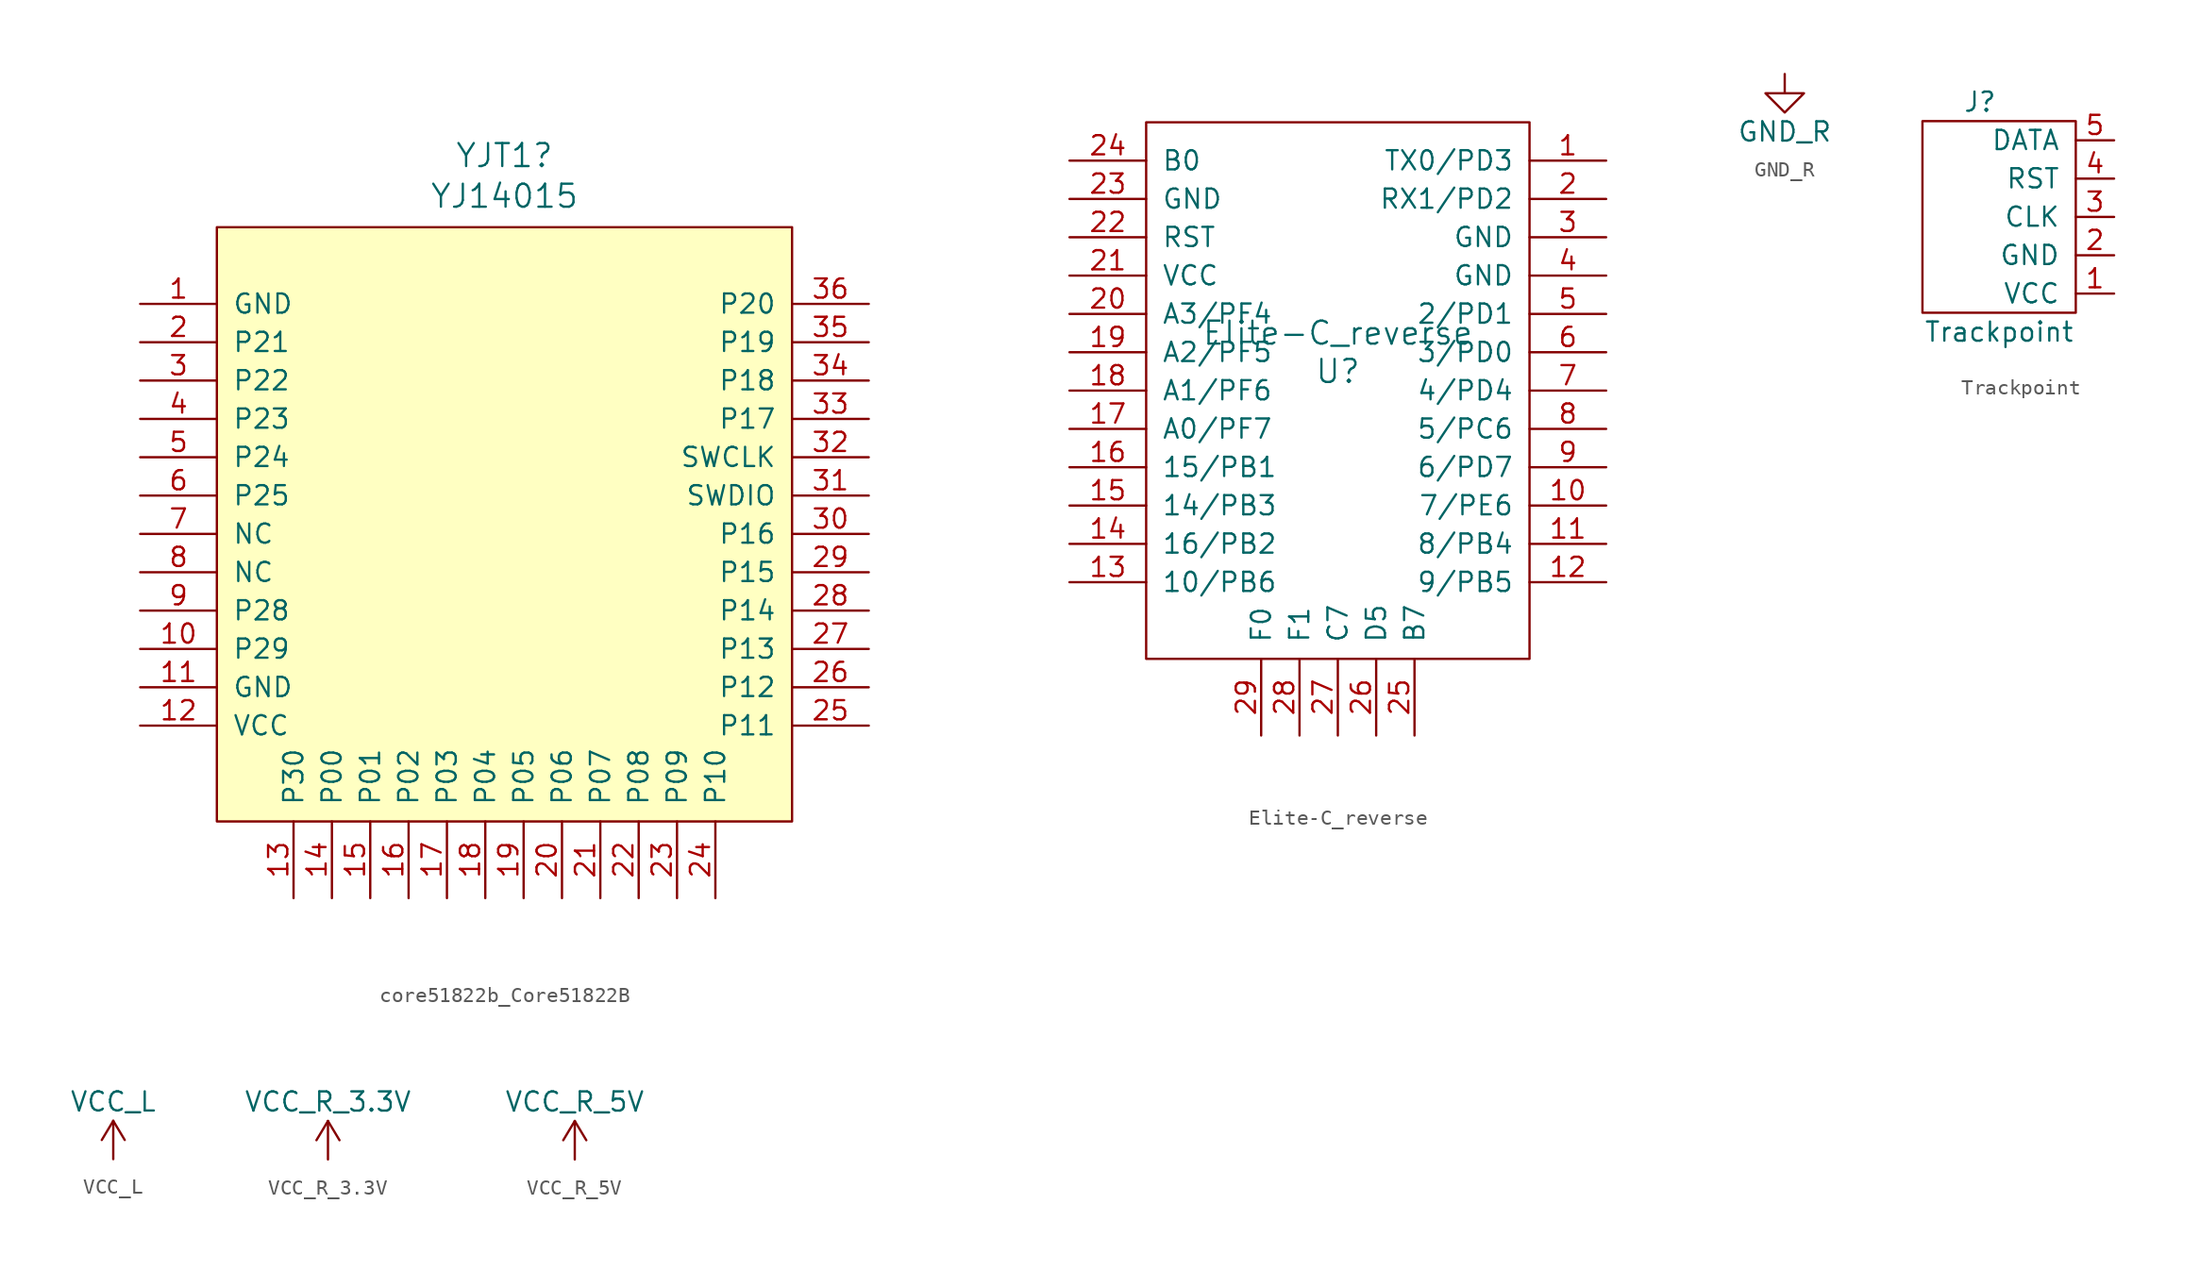
<source format=kicad_sym>
(kicad_symbol_lib
  (version 20220914)
  (generator kicad_symbol_editor)
  (symbol "core51822b_Core51822B"
    (pin_names
      (offset 1.016))
    (property "Reference" "YJT1"
      (at 0 22.53 0)
      (effects (font (size 1.524 1.524))))
    (property "Value" "YJ14015"
      (at 0 19.837 0)
      (effects (font (size 1.524 1.524))))
    (symbol "core51822b_Core51822B_0_1"
      (rectangle (start 19.05 -21.59) (end -19.05 17.78) (stroke (width 0) (type solid)) (fill (type background))))
    (symbol "core51822b_Core51822B_1_1"
      (pin power_in line (at -24.13 12.7 0) (length 5.08) (name "GND" (effects (font (size 1.27 1.27)))) (number "1" (effects (font (size 1.27 1.27)))))
      (pin bidirectional line (at -24.13 -10.16 0) (length 5.08) (name "P29" (effects (font (size 1.27 1.27)))) (number "10" (effects (font (size 1.27 1.27)))))
      (pin power_in line (at -24.13 -12.7 0) (length 5.08) (name "GND" (effects (font (size 1.27 1.27)))) (number "11" (effects (font (size 1.27 1.27)))))
      (pin power_in line (at -24.13 -15.24 0) (length 5.08) (name "VCC" (effects (font (size 1.27 1.27)))) (number "12" (effects (font (size 1.27 1.27)))))
      (pin bidirectional line (at -13.97 -26.67 90) (length 5.08) (name "P30" (effects (font (size 1.27 1.27)))) (number "13" (effects (font (size 1.27 1.27)))))
      (pin bidirectional line (at -11.43 -26.67 90) (length 5.08) (name "P00" (effects (font (size 1.27 1.27)))) (number "14" (effects (font (size 1.27 1.27)))))
      (pin bidirectional line (at -8.89 -26.67 90) (length 5.08) (name "P01" (effects (font (size 1.27 1.27)))) (number "15" (effects (font (size 1.27 1.27)))))
      (pin bidirectional line (at -6.35 -26.67 90) (length 5.08) (name "P02" (effects (font (size 1.27 1.27)))) (number "16" (effects (font (size 1.27 1.27)))))
      (pin bidirectional line (at -3.81 -26.67 90) (length 5.08) (name "P03" (effects (font (size 1.27 1.27)))) (number "17" (effects (font (size 1.27 1.27)))))
      (pin bidirectional line (at -1.27 -26.67 90) (length 5.08) (name "P04" (effects (font (size 1.27 1.27)))) (number "18" (effects (font (size 1.27 1.27)))))
      (pin bidirectional line (at 1.27 -26.67 90) (length 5.08) (name "P05" (effects (font (size 1.27 1.27)))) (number "19" (effects (font (size 1.27 1.27)))))
      (pin bidirectional line (at -24.13 10.16 0) (length 5.08) (name "P21" (effects (font (size 1.27 1.27)))) (number "2" (effects (font (size 1.27 1.27)))))
      (pin bidirectional line (at 3.81 -26.67 90) (length 5.08) (name "P06" (effects (font (size 1.27 1.27)))) (number "20" (effects (font (size 1.27 1.27)))))
      (pin bidirectional line (at 6.35 -26.67 90) (length 5.08) (name "P07" (effects (font (size 1.27 1.27)))) (number "21" (effects (font (size 1.27 1.27)))))
      (pin bidirectional line (at 8.89 -26.67 90) (length 5.08) (name "P08" (effects (font (size 1.27 1.27)))) (number "22" (effects (font (size 1.27 1.27)))))
      (pin bidirectional line (at 11.43 -26.67 90) (length 5.08) (name "P09" (effects (font (size 1.27 1.27)))) (number "23" (effects (font (size 1.27 1.27)))))
      (pin bidirectional line (at 13.97 -26.67 90) (length 5.08) (name "P10" (effects (font (size 1.27 1.27)))) (number "24" (effects (font (size 1.27 1.27)))))
      (pin bidirectional line (at 24.13 -15.24 180) (length 5.08) (name "P11" (effects (font (size 1.27 1.27)))) (number "25" (effects (font (size 1.27 1.27)))))
      (pin bidirectional line (at 24.13 -12.7 180) (length 5.08) (name "P12" (effects (font (size 1.27 1.27)))) (number "26" (effects (font (size 1.27 1.27)))))
      (pin bidirectional line (at 24.13 -10.16 180) (length 5.08) (name "P13" (effects (font (size 1.27 1.27)))) (number "27" (effects (font (size 1.27 1.27)))))
      (pin bidirectional line (at 24.13 -7.62 180) (length 5.08) (name "P14" (effects (font (size 1.27 1.27)))) (number "28" (effects (font (size 1.27 1.27)))))
      (pin bidirectional line (at 24.13 -5.08 180) (length 5.08) (name "P15" (effects (font (size 1.27 1.27)))) (number "29" (effects (font (size 1.27 1.27)))))
      (pin bidirectional line (at -24.13 7.62 0) (length 5.08) (name "P22" (effects (font (size 1.27 1.27)))) (number "3" (effects (font (size 1.27 1.27)))))
      (pin bidirectional line (at 24.13 -2.54 180) (length 5.08) (name "P16" (effects (font (size 1.27 1.27)))) (number "30" (effects (font (size 1.27 1.27)))))
      (pin bidirectional line (at 24.13 0 180) (length 5.08) (name "SWDIO" (effects (font (size 1.27 1.27)))) (number "31" (effects (font (size 1.27 1.27)))))
      (pin bidirectional line (at 24.13 2.54 180) (length 5.08) (name "SWCLK" (effects (font (size 1.27 1.27)))) (number "32" (effects (font (size 1.27 1.27)))))
      (pin bidirectional line (at 24.13 5.08 180) (length 5.08) (name "P17" (effects (font (size 1.27 1.27)))) (number "33" (effects (font (size 1.27 1.27)))))
      (pin bidirectional line (at 24.13 7.62 180) (length 5.08) (name "P18" (effects (font (size 1.27 1.27)))) (number "34" (effects (font (size 1.27 1.27)))))
      (pin bidirectional line (at 24.13 10.16 180) (length 5.08) (name "P19" (effects (font (size 1.27 1.27)))) (number "35" (effects (font (size 1.27 1.27)))))
      (pin bidirectional line (at 24.13 12.7 180) (length 5.08) (name "P20" (effects (font (size 1.27 1.27)))) (number "36" (effects (font (size 1.27 1.27)))))
      (pin bidirectional line (at -24.13 5.08 0) (length 5.08) (name "P23" (effects (font (size 1.27 1.27)))) (number "4" (effects (font (size 1.27 1.27)))))
      (pin bidirectional line (at -24.13 2.54 0) (length 5.08) (name "P24" (effects (font (size 1.27 1.27)))) (number "5" (effects (font (size 1.27 1.27)))))
      (pin bidirectional line (at -24.13 0 0) (length 5.08) (name "P25" (effects (font (size 1.27 1.27)))) (number "6" (effects (font (size 1.27 1.27)))))
      (pin bidirectional line (at -24.13 -2.54 0) (length 5.08) (name "NC" (effects (font (size 1.27 1.27)))) (number "7" (effects (font (size 1.27 1.27)))))
      (pin bidirectional line (at -24.13 -5.08 0) (length 5.08) (name "NC" (effects (font (size 1.27 1.27)))) (number "8" (effects (font (size 1.27 1.27)))))
      (pin bidirectional line (at -24.13 -7.62 0) (length 5.08) (name "P28" (effects (font (size 1.27 1.27)))) (number "9" (effects (font (size 1.27 1.27)))))))
  (symbol "Elite-C_reverse"
    (pin_names
      (offset 1.016))
    (property "Reference" "U"
      (at 0 0 0)
      (effects (font (size 1.524 1.524))))
    (property "Value" "Elite-C_reverse"
      (at 0 2.54 0)
      (effects (font (size 1.524 1.524))))
    (symbol "Elite-C_reverse_0_1"
      (rectangle (start -12.7 -19.05) (end 12.7 16.51) (stroke (width 0) (type solid)) (fill (type none))))
    (symbol "Elite-C_reverse_1_1"
      (pin input line (at 17.78 13.97 180) (length 5.08) (name "TX0/PD3" (effects (font (size 1.27 1.27)))) (number "1" (effects (font (size 1.27 1.27)))))
      (pin input line (at 17.78 -8.89 180) (length 5.08) (name "7/PE6" (effects (font (size 1.27 1.27)))) (number "10" (effects (font (size 1.27 1.27)))))
      (pin input line (at 17.78 -11.43 180) (length 5.08) (name "8/PB4" (effects (font (size 1.27 1.27)))) (number "11" (effects (font (size 1.27 1.27)))))
      (pin input line (at 17.78 -13.97 180) (length 5.08) (name "9/PB5" (effects (font (size 1.27 1.27)))) (number "12" (effects (font (size 1.27 1.27)))))
      (pin input line (at -17.78 -13.97 0) (length 5.08) (name "10/PB6" (effects (font (size 1.27 1.27)))) (number "13" (effects (font (size 1.27 1.27)))))
      (pin input line (at -17.78 -11.43 0) (length 5.08) (name "16/PB2" (effects (font (size 1.27 1.27)))) (number "14" (effects (font (size 1.27 1.27)))))
      (pin input line (at -17.78 -8.89 0) (length 5.08) (name "14/PB3" (effects (font (size 1.27 1.27)))) (number "15" (effects (font (size 1.27 1.27)))))
      (pin input line (at -17.78 -6.35 0) (length 5.08) (name "15/PB1" (effects (font (size 1.27 1.27)))) (number "16" (effects (font (size 1.27 1.27)))))
      (pin input line (at -17.78 -3.81 0) (length 5.08) (name "A0/PF7" (effects (font (size 1.27 1.27)))) (number "17" (effects (font (size 1.27 1.27)))))
      (pin input line (at -17.78 -1.27 0) (length 5.08) (name "A1/PF6" (effects (font (size 1.27 1.27)))) (number "18" (effects (font (size 1.27 1.27)))))
      (pin input line (at -17.78 1.27 0) (length 5.08) (name "A2/PF5" (effects (font (size 1.27 1.27)))) (number "19" (effects (font (size 1.27 1.27)))))
      (pin input line (at 17.78 11.43 180) (length 5.08) (name "RX1/PD2" (effects (font (size 1.27 1.27)))) (number "2" (effects (font (size 1.27 1.27)))))
      (pin input line (at -17.78 3.81 0) (length 5.08) (name "A3/PF4" (effects (font (size 1.27 1.27)))) (number "20" (effects (font (size 1.27 1.27)))))
      (pin input line (at -17.78 6.35 0) (length 5.08) (name "VCC" (effects (font (size 1.27 1.27)))) (number "21" (effects (font (size 1.27 1.27)))))
      (pin input line (at -17.78 8.89 0) (length 5.08) (name "RST" (effects (font (size 1.27 1.27)))) (number "22" (effects (font (size 1.27 1.27)))))
      (pin input line (at -17.78 11.43 0) (length 5.08) (name "GND" (effects (font (size 1.27 1.27)))) (number "23" (effects (font (size 1.27 1.27)))))
      (pin input line (at -17.78 13.97 0) (length 5.08) (name "B0" (effects (font (size 1.27 1.27)))) (number "24" (effects (font (size 1.27 1.27)))))
      (pin input line (at 5.08 -24.13 90) (length 5.08) (name "B7" (effects (font (size 1.27 1.27)))) (number "25" (effects (font (size 1.27 1.27)))))
      (pin input line (at 2.54 -24.13 90) (length 5.08) (name "D5" (effects (font (size 1.27 1.27)))) (number "26" (effects (font (size 1.27 1.27)))))
      (pin input line (at 0 -24.13 90) (length 5.08) (name "C7" (effects (font (size 1.27 1.27)))) (number "27" (effects (font (size 1.27 1.27)))))
      (pin input line (at -2.54 -24.13 90) (length 5.08) (name "F1" (effects (font (size 1.27 1.27)))) (number "28" (effects (font (size 1.27 1.27)))))
      (pin input line (at -5.08 -24.13 90) (length 5.08) (name "F0" (effects (font (size 1.27 1.27)))) (number "29" (effects (font (size 1.27 1.27)))))
      (pin input line (at 17.78 8.89 180) (length 5.08) (name "GND" (effects (font (size 1.27 1.27)))) (number "3" (effects (font (size 1.27 1.27)))))
      (pin input line (at 17.78 6.35 180) (length 5.08) (name "GND" (effects (font (size 1.27 1.27)))) (number "4" (effects (font (size 1.27 1.27)))))
      (pin input line (at 17.78 3.81 180) (length 5.08) (name "2/PD1" (effects (font (size 1.27 1.27)))) (number "5" (effects (font (size 1.27 1.27)))))
      (pin input line (at 17.78 1.27 180) (length 5.08) (name "3/PD0" (effects (font (size 1.27 1.27)))) (number "6" (effects (font (size 1.27 1.27)))))
      (pin input line (at 17.78 -1.27 180) (length 5.08) (name "4/PD4" (effects (font (size 1.27 1.27)))) (number "7" (effects (font (size 1.27 1.27)))))
      (pin input line (at 17.78 -3.81 180) (length 5.08) (name "5/PC6" (effects (font (size 1.27 1.27)))) (number "8" (effects (font (size 1.27 1.27)))))
      (pin input line (at 17.78 -6.35 180) (length 5.08) (name "6/PD7" (effects (font (size 1.27 1.27)))) (number "9" (effects (font (size 1.27 1.27)))))))
  (symbol "GND_R"
    (power)
    (pin_names
      (offset 0))
    (property "Reference" "#PWR"
      (at 0 -6.35 0)
      (effects (font (size 1.27 1.27)) hide))
    (property "Value" "GND_R"
      (at 0 -3.81 0)
      (effects (font (size 1.27 1.27))))
    (symbol "GND_R_0_1"
      (polyline (pts (xy 0 0) (xy 0 -1.27) (xy 1.27 -1.27) (xy 0 -2.54) (xy -1.27 -1.27) (xy 0 -1.27)) (stroke (width 0) (type solid)) (fill (type none))))
    (symbol "GND_R_1_1"
      (pin power_in line (at 0 0 270) (length 0) hide (name "GND_R" (effects (font (size 1.27 1.27)))) (number "1" (effects (font (size 1.27 1.27)))))))
  (symbol "Trackpoint"
    (pin_names
      (offset 1.016))
    (property "Reference" "J"
      (at 0 7.62 0)
      (effects (font (size 1.27 1.27))))
    (property "Value" "Trackpoint"
      (at 1.27 -7.62 0)
      (effects (font (size 1.27 1.27))))
    (symbol "Trackpoint_0_1"
      (rectangle (start -3.81 6.35) (end 6.35 -6.35) (stroke (width 0) (type solid)) (fill (type none))))
    (symbol "Trackpoint_1_1"
      (pin passive line (at 8.89 -5.08 180) (length 2.54) (name "VCC" (effects (font (size 1.27 1.27)))) (number "1" (effects (font (size 1.27 1.27)))))
      (pin passive line (at 8.89 -2.54 180) (length 2.54) (name "GND" (effects (font (size 1.27 1.27)))) (number "2" (effects (font (size 1.27 1.27)))))
      (pin passive line (at 8.89 0 180) (length 2.54) (name "CLK" (effects (font (size 1.27 1.27)))) (number "3" (effects (font (size 1.27 1.27)))))
      (pin passive line (at 8.89 2.54 180) (length 2.54) (name "RST" (effects (font (size 1.27 1.27)))) (number "4" (effects (font (size 1.27 1.27)))))
      (pin passive line (at 8.89 5.08 180) (length 2.54) (name "DATA" (effects (font (size 1.27 1.27)))) (number "5" (effects (font (size 1.27 1.27)))))))
  (symbol "VCC_L"
    (power)
    (pin_names
      (offset 0))
    (property "Reference" "#PWR"
      (at 0 -3.81 0)
      (effects (font (size 1.27 1.27)) hide))
    (property "Value" "VCC_L"
      (at 0 3.81 0)
      (effects (font (size 1.27 1.27))))
    (symbol "VCC_L_0_1"
      (polyline (pts (xy -0.762 1.27) (xy 0 2.54)) (stroke (width 0) (type solid)) (fill (type none)))
      (polyline (pts (xy 0 0) (xy 0 2.54)) (stroke (width 0) (type solid)) (fill (type none)))
      (polyline (pts (xy 0 2.54) (xy 0.762 1.27)) (stroke (width 0) (type solid)) (fill (type none))))
    (symbol "VCC_L_1_1"
      (pin power_in line (at 0 0 90) (length 0) hide (name "VCC_L" (effects (font (size 1.27 1.27)))) (number "1" (effects (font (size 1.27 1.27)))))))
  (symbol "VCC_R_3.3V"
    (power)
    (pin_names
      (offset 0))
    (property "Reference" "#PWR"
      (at 0 -3.81 0)
      (effects (font (size 1.27 1.27)) hide))
    (property "Value" "VCC_R_3.3V"
      (at 0 3.81 0)
      (effects (font (size 1.27 1.27))))
    (symbol "VCC_R_3.3V_0_1"
      (polyline (pts (xy -0.762 1.27) (xy 0 2.54)) (stroke (width 0) (type solid)) (fill (type none)))
      (polyline (pts (xy 0 0) (xy 0 2.54)) (stroke (width 0) (type solid)) (fill (type none)))
      (polyline (pts (xy 0 2.54) (xy 0.762 1.27)) (stroke (width 0) (type solid)) (fill (type none))))
    (symbol "VCC_R_3.3V_1_1"
      (pin power_in line (at 0 0 90) (length 0) hide (name "VCC_R_3.3V" (effects (font (size 1.27 1.27)))) (number "1" (effects (font (size 1.27 1.27)))))))
  (symbol "VCC_R_5V"
    (power)
    (pin_names
      (offset 0))
    (property "Reference" "#PWR"
      (at 0 -3.81 0)
      (effects (font (size 1.27 1.27)) hide))
    (property "Value" "VCC_R_5V"
      (at 0 3.81 0)
      (effects (font (size 1.27 1.27))))
    (symbol "VCC_R_5V_0_1"
      (polyline (pts (xy -0.762 1.27) (xy 0 2.54)) (stroke (width 0) (type solid)) (fill (type none)))
      (polyline (pts (xy 0 0) (xy 0 2.54)) (stroke (width 0) (type solid)) (fill (type none)))
      (polyline (pts (xy 0 2.54) (xy 0.762 1.27)) (stroke (width 0) (type solid)) (fill (type none))))
    (symbol "VCC_R_5V_1_1"
      (pin power_in line (at 0 0 90) (length 0) hide (name "VCC_R_5V" (effects (font (size 1.27 1.27)))) (number "1" (effects (font (size 1.27 1.27))))))))
</source>
